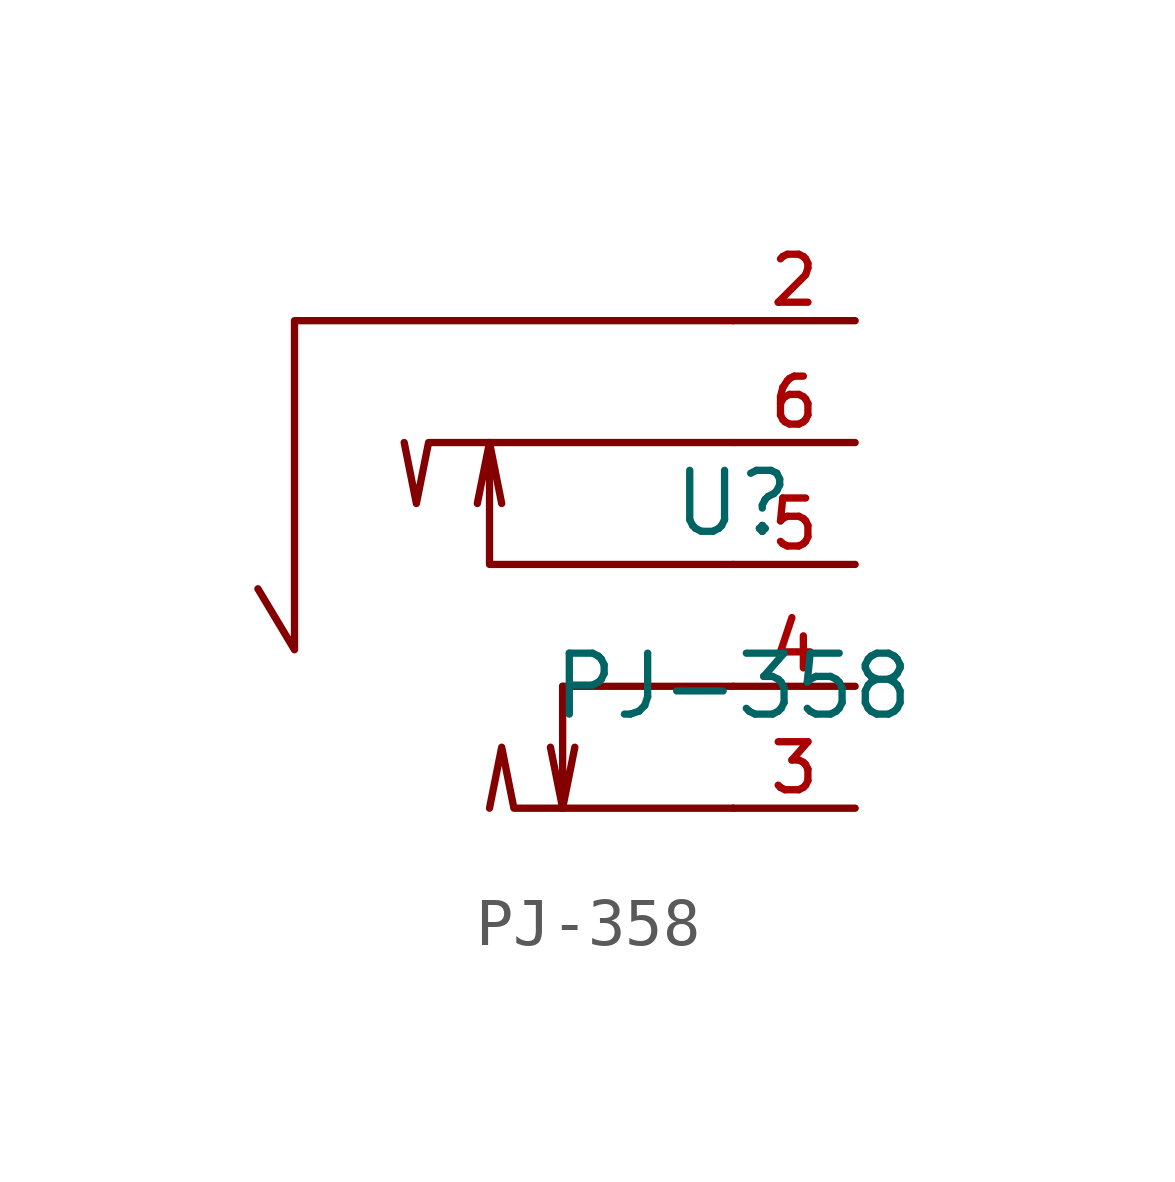
<source format=kicad_sym>
(kicad_symbol_lib
  (version 20210201)
  (generator TousstNicolas/JLC2KiCad_lib)
  (symbol "PJ-358"
    (pin_names hide)
    (property "Reference" "U"
      (at 0 1.27 0)
      (effects (font (size 1.27 1.27))))
    (property "Value" "PJ-358"
      (at 0 -2.54 0)
      (effects (font (size 1.27 1.27))))
    (symbol "PJ-358_0_1"
      (polyline (pts (xy 0.0 2.54) (xy -6.35 2.54) (xy -6.604 1.27) (xy -6.858 2.54)) (stroke (width 0) (type default) (color 0 0 0 0)) (fill (type none)))
      (polyline (pts (xy 0.0 -0.0) (xy -5.08 -0.0) (xy -5.08 2.54) (xy -5.334 1.27)) (stroke (width 0) (type default) (color 0 0 0 0)) (fill (type none)))
      (polyline (pts (xy -5.08 2.54) (xy -4.826 1.27)) (stroke (width 0) (type default) (color 0 0 0 0)) (fill (type none)))
      (polyline (pts (xy 0.0 -5.08) (xy -4.572 -5.08) (xy -4.826 -3.81) (xy -5.08 -5.08)) (stroke (width 0) (type default) (color 0 0 0 0)) (fill (type none)))
      (polyline (pts (xy -3.556 -2.54) (xy -3.556 -5.08) (xy -3.302 -3.81)) (stroke (width 0) (type default) (color 0 0 0 0)) (fill (type none)))
      (polyline (pts (xy -3.556 -5.08) (xy -3.81 -3.81)) (stroke (width 0) (type default) (color 0 0 0 0)) (fill (type none)))
      (polyline (pts (xy -3.556 -2.54) (xy 0.0 -2.54)) (stroke (width 0) (type default) (color 0 0 0 0)) (fill (type none)))
      (polyline (pts (xy 0.0 5.08) (xy -9.144 5.08) (xy -9.144 -1.778) (xy -9.906 -0.508)) (stroke (width 0) (type default) (color 0 0 0 0)) (fill (type none)))
      (pin unspecified line (at 2.54 2.54 180) (length 2.54) (name "6" (effects (font (size 1 1)))) (number "6" (effects (font (size 1 1)))))
      (pin unspecified line (at 2.54 5.08 180) (length 2.54) (name "2" (effects (font (size 1 1)))) (number "2" (effects (font (size 1 1)))))
      (pin unspecified line (at 2.54 -5.08 180) (length 2.54) (name "3" (effects (font (size 1 1)))) (number "3" (effects (font (size 1 1)))))
      (pin unspecified line (at 2.54 -2.54 180) (length 2.54) (name "4" (effects (font (size 1 1)))) (number "4" (effects (font (size 1 1)))))
      (pin unspecified line (at 2.54 -0.0 180) (length 2.54) (name "5" (effects (font (size 1 1)))) (number "5" (effects (font (size 1 1))))))))
</source>
